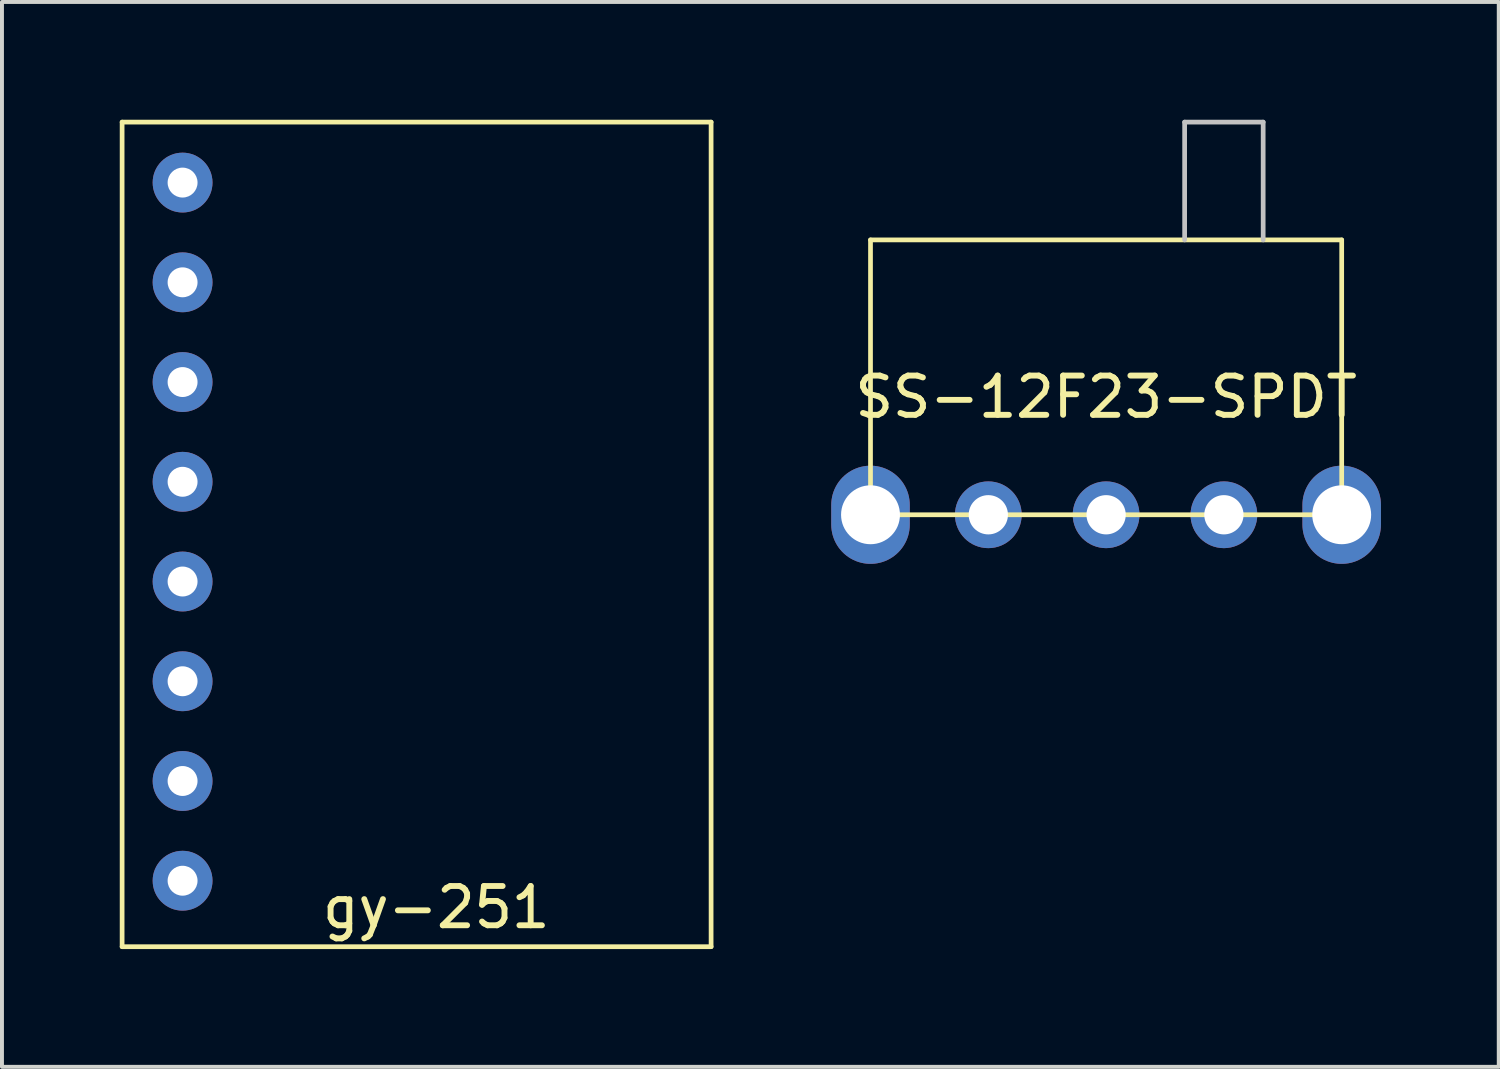
<source format=kicad_pcb>
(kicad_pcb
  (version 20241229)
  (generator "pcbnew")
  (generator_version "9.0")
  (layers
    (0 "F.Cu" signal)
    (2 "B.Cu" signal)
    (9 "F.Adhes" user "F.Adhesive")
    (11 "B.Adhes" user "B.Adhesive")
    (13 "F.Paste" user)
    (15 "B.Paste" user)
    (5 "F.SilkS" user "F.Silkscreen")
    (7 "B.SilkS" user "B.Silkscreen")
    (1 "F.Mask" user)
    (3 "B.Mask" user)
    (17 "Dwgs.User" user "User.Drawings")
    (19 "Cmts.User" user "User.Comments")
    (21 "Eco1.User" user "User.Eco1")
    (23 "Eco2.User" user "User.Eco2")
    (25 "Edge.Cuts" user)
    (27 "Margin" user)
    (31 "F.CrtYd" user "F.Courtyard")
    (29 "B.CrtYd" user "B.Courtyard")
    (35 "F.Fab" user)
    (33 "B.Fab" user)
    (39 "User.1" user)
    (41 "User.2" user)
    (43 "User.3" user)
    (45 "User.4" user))
  (footprint "SS-12F23-SPDT"
    (layer "F.Cu")
    (at 25.12 6.56)
    (property "Reference" "SS-12F23-SPDT" (at 0 0.5 0) (layer "F.SilkS") (effects (font (size 1 1) (thickness 0.15))))
    (attr through_hole)
    (fp_line (start -6 -3.5) (end -6 3.5) (stroke (width 0.12) (type solid)) (layer "F.SilkS"))
    (fp_line (start -6 3.5) (end 6 3.5) (stroke (width 0.12) (type solid)) (layer "F.SilkS"))
    (fp_line (start 6 -3.5) (end -6 -3.5) (stroke (width 0.12) (type solid)) (layer "F.SilkS"))
    (fp_line (start 6 3.5) (end 6 -3.5) (stroke (width 0.12) (type solid)) (layer "F.SilkS"))
    (fp_line (start 2 -6.5) (end 4 -6.5) (stroke (width 0.12) (type solid)) (layer "Dwgs.User"))
    (fp_line (start 2 -3.5) (end 2 -6.5) (stroke (width 0.12) (type solid)) (layer "Dwgs.User"))
    (fp_line (start 4 -6.5) (end 4 -3.5) (stroke (width 0.12) (type solid)) (layer "Dwgs.User"))
    (pad "" thru_hole oval (at -6 3.5) (size 2 2.5) (drill 1.5) (layers "*.Cu" "*.Mask"))
    (pad "" thru_hole oval (at 6 3.5) (size 2 2.5) (drill 1.5) (layers "*.Cu" "*.Mask"))
    (pad "1" thru_hole circle (at 3 3.5) (size 1.7 1.7) (drill 1) (layers "*.Cu" "*.Mask"))
    (pad "2" thru_hole circle (at 0 3.5) (size 1.7 1.7) (drill 1) (layers "*.Cu" "*.Mask"))
    (pad "3" thru_hole circle (at -3 3.5) (size 1.7 1.7) (drill 1) (layers "*.Cu" "*.Mask")))
  (footprint "gy-251"
    (layer "F.Cu")
    (at 8.06 11.06)
    (property "Reference" "gy-251" (at 0 9 0) (layer "F.SilkS") (effects (font (size 1 1) (thickness 0.15))))
    (attr through_hole)
    (fp_line (start -8 -11) (end 7 -11) (stroke (width 0.12) (type solid)) (layer "F.SilkS"))
    (fp_line (start -8 10) (end -8 -11) (stroke (width 0.12) (type solid)) (layer "F.SilkS"))
    (fp_line (start 7 -11) (end 7 10) (stroke (width 0.12) (type solid)) (layer "F.SilkS"))
    (fp_line (start 7 10) (end -8 10) (stroke (width 0.12) (type solid)) (layer "F.SilkS"))
    (pad "1" thru_hole circle (at -6.46 -9.46) (size 1.524 1.524) (drill 0.762) (layers "*.Cu" "*.Mask"))
    (pad "2" thru_hole circle (at -6.46 -6.92) (size 1.524 1.524) (drill 0.762) (layers "*.Cu" "*.Mask"))
    (pad "3" thru_hole circle (at -6.46 -4.38) (size 1.524 1.524) (drill 0.762) (layers "*.Cu" "*.Mask"))
    (pad "4" thru_hole circle (at -6.46 -1.84) (size 1.524 1.524) (drill 0.762) (layers "*.Cu" "*.Mask"))
    (pad "5" thru_hole circle (at -6.46 0.7) (size 1.524 1.524) (drill 0.762) (layers "*.Cu" "*.Mask"))
    (pad "6" thru_hole circle (at -6.46 3.24) (size 1.524 1.524) (drill 0.762) (layers "*.Cu" "*.Mask"))
    (pad "7" thru_hole circle (at -6.46 5.78) (size 1.524 1.524) (drill 0.762) (layers "*.Cu" "*.Mask"))
    (pad "8" thru_hole circle (at -6.46 8.32) (size 1.524 1.524) (drill 0.762) (layers "*.Cu" "*.Mask")))
  (gr_rect
    (start -3 -3)
    (end 35.12 24.12)
    (stroke (width 0.1) (type default))
    (fill no)
    (layer "Edge.Cuts")))
</source>
